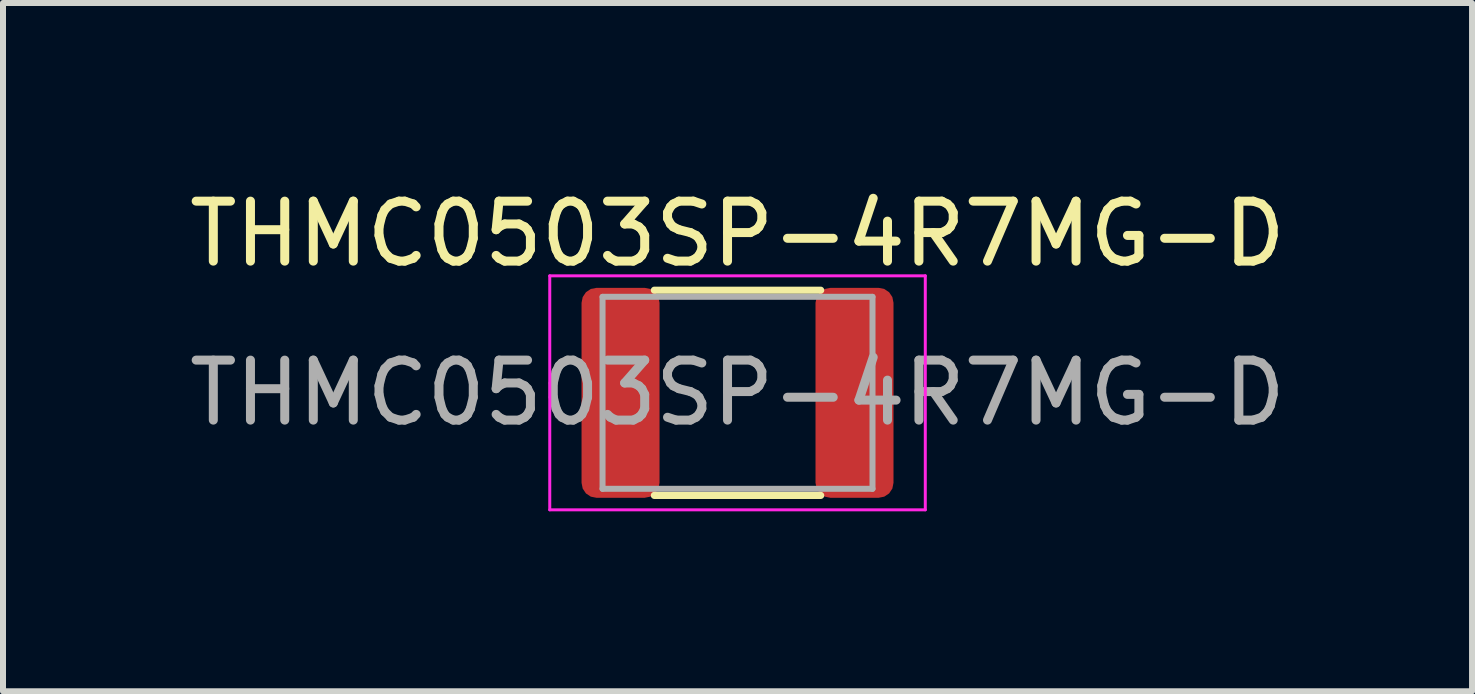
<source format=kicad_pcb>
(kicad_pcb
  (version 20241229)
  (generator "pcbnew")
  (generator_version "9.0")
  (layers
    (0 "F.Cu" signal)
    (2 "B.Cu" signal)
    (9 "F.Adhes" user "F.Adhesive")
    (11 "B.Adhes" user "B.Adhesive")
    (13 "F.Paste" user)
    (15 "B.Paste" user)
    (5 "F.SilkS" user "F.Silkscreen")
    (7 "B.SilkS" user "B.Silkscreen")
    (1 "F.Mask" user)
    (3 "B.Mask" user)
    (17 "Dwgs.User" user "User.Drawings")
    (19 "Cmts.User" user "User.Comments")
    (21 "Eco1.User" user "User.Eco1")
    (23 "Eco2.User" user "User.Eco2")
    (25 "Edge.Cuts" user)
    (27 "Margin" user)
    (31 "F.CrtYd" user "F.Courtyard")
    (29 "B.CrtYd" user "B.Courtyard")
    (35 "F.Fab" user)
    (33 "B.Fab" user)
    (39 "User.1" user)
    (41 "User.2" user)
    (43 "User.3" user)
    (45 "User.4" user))
  (footprint "THMC0503SP-4R7MG-D"
    (layer "F.Cu")
    (at 9.244 3.498)
    (property "Reference" "THMC0503SP-4R7MG-D" (at 0 -2.65 0) (layer "F.SilkS") (effects (font (size 1 1) (thickness 0.15))))
    (attr smd)
    (fp_line (start -1.386 -1.71) (end 1.386 -1.71) (stroke (width 0.12) (type solid)) (layer "F.SilkS"))
    (fp_line (start -1.386 1.71) (end 1.386 1.71) (stroke (width 0.12) (type solid)) (layer "F.SilkS"))
    (fp_line (start -3.13 -1.95) (end 3.13 -1.95) (stroke (width 0.05) (type solid)) (layer "F.CrtYd"))
    (fp_line (start -3.13 1.95) (end -3.13 -1.95) (stroke (width 0.05) (type solid)) (layer "F.CrtYd"))
    (fp_line (start 3.13 -1.95) (end 3.13 1.95) (stroke (width 0.05) (type solid)) (layer "F.CrtYd"))
    (fp_line (start 3.13 1.95) (end -3.13 1.95) (stroke (width 0.05) (type solid)) (layer "F.CrtYd"))
    (fp_line (start -2.25 -1.6) (end 2.25 -1.6) (stroke (width 0.1) (type solid)) (layer "F.Fab"))
    (fp_line (start -2.25 1.6) (end -2.25 -1.6) (stroke (width 0.1) (type solid)) (layer "F.Fab"))
    (fp_line (start 2.25 -1.6) (end 2.25 1.6) (stroke (width 0.1) (type solid)) (layer "F.Fab"))
    (fp_line (start 2.25 1.6) (end -2.25 1.6) (stroke (width 0.1) (type solid)) (layer "F.Fab"))
    (fp_text user "${REFERENCE}" (at 0 0 0) (layer "F.Fab") (effects (font (size 1 1) (thickness 0.15))))
    (pad "1" smd roundrect (at -1.95 0) (size 1.3 3.5) (layers "F.Cu" "F.Mask" "F.Paste") (roundrect_rratio 0.192))
    (pad "2" smd roundrect (at 1.95 0) (size 1.3 3.5) (layers "F.Cu" "F.Mask" "F.Paste") (roundrect_rratio 0.192)))
  (gr_rect
    (start -3 -3)
    (end 21.488 8.473)
    (stroke (width 0.1) (type default))
    (fill no)
    (layer "Edge.Cuts")))
</source>
